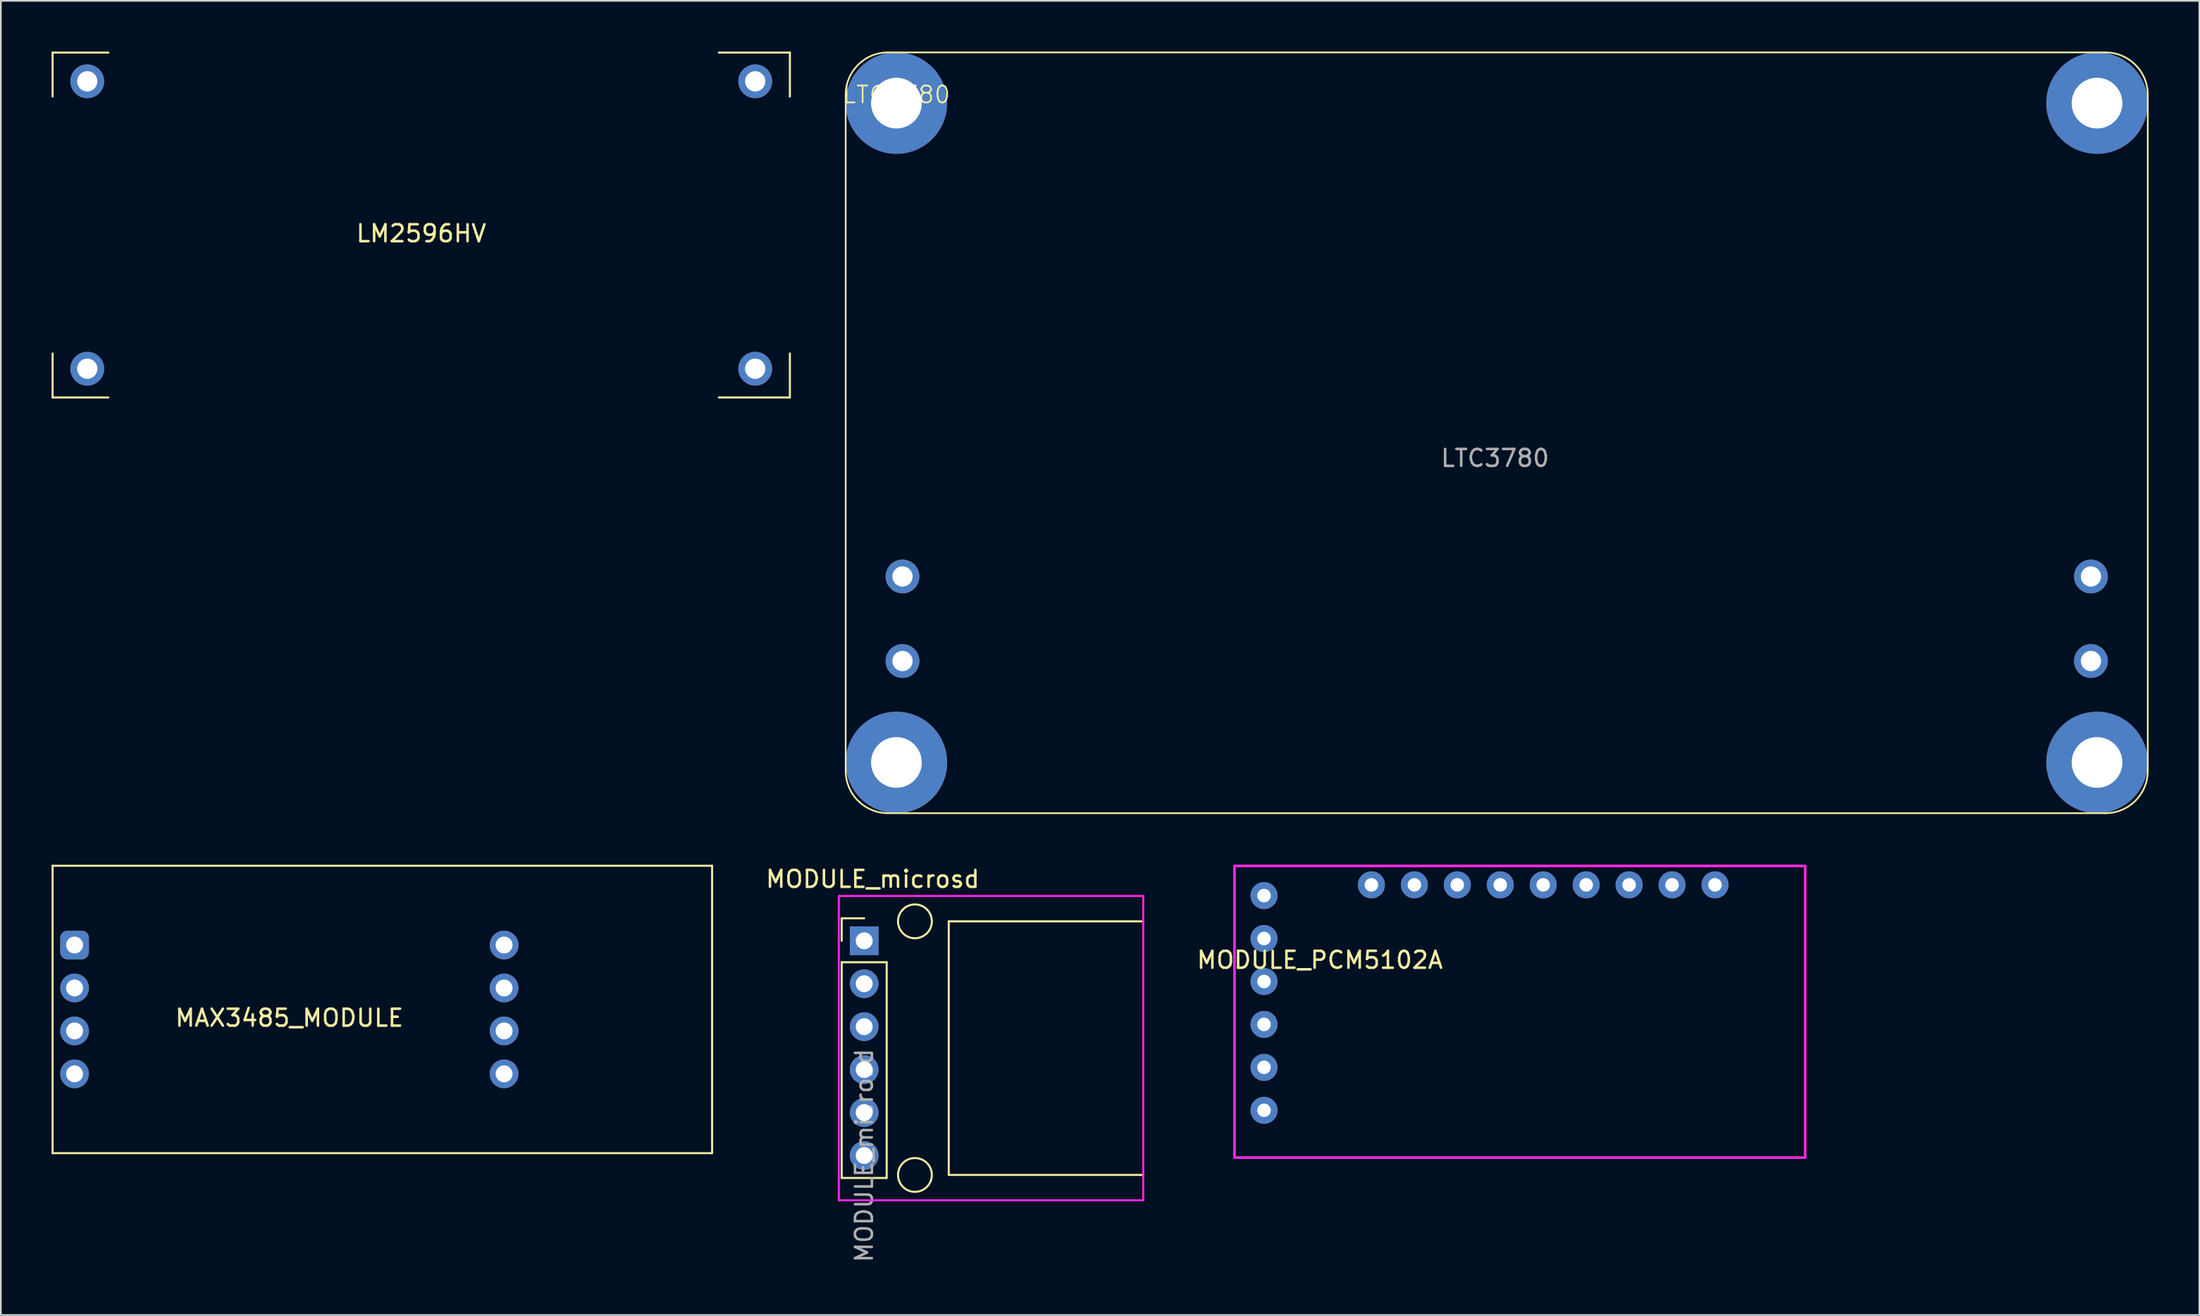
<source format=kicad_pcb>
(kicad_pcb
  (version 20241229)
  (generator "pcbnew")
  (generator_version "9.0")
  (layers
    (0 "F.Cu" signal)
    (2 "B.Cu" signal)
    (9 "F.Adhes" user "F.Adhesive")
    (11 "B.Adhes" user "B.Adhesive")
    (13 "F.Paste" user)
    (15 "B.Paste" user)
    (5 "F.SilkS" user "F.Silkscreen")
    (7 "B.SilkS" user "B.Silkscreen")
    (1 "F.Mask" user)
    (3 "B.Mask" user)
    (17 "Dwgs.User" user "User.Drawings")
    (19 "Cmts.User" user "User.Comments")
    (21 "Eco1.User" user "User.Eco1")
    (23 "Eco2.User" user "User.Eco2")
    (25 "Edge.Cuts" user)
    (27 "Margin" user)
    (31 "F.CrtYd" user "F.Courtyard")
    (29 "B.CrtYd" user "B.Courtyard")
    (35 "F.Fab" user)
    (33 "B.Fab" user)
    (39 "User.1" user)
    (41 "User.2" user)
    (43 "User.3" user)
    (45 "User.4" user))
  (footprint "MODULE_PCM5102A"
    (layer "F.Cu")
    (at 71.699 49.925)
    (property "Reference" "MODULE_PCM5102A" (at 3.302 3.81 0) (layer "F.SilkS") (effects (font (size 1 1) (thickness 0.15))))
    (attr through_hole)
    (fp_rect (start -1.75 -1.75) (end 32 15.5) (stroke (width 0.12) (type solid)) (fill no) (layer "F.SilkS"))
    (fp_line (start -1.75 -1.75) (end 32 -1.75) (stroke (width 0.15) (type solid)) (layer "F.CrtYd"))
    (fp_line (start -1.75 15.5) (end -1.75 -1.75) (stroke (width 0.15) (type solid)) (layer "F.CrtYd"))
    (fp_line (start 32 -1.75) (end 32 15.5) (stroke (width 0.15) (type solid)) (layer "F.CrtYd"))
    (fp_line (start 32 15.5) (end -1.75 15.5) (stroke (width 0.15) (type solid)) (layer "F.CrtYd"))
    (pad "1" thru_hole circle (at 26.67 -0.635) (size 1.6 1.6) (drill 0.8) (layers "*.Cu" "*.Mask"))
    (pad "2" thru_hole circle (at 24.13 -0.635) (size 1.6 1.6) (drill 0.8) (layers "*.Cu" "*.Mask"))
    (pad "3" thru_hole circle (at 21.59 -0.635) (size 1.6 1.6) (drill 0.8) (layers "*.Cu" "*.Mask"))
    (pad "4" thru_hole circle (at 19.05 -0.635) (size 1.6 1.6) (drill 0.8) (layers "*.Cu" "*.Mask"))
    (pad "5" thru_hole circle (at 16.51 -0.635) (size 1.6 1.6) (drill 0.8) (layers "*.Cu" "*.Mask"))
    (pad "6" thru_hole circle (at 13.97 -0.635) (size 1.6 1.6) (drill 0.8) (layers "*.Cu" "*.Mask"))
    (pad "7" thru_hole circle (at 11.43 -0.635) (size 1.6 1.6) (drill 0.8) (layers "*.Cu" "*.Mask"))
    (pad "8" thru_hole circle (at 8.89 -0.635) (size 1.6 1.6) (drill 0.8) (layers "*.Cu" "*.Mask"))
    (pad "9" thru_hole circle (at 6.35 -0.635) (size 1.6 1.6) (drill 0.8) (layers "*.Cu" "*.Mask"))
    (pad "10" thru_hole circle (at 0 0) (size 1.6 1.6) (drill 0.8) (layers "*.Cu" "*.Mask"))
    (pad "11" thru_hole circle (at 0 2.54) (size 1.6 1.6) (drill 0.8) (layers "*.Cu" "*.Mask"))
    (pad "12" thru_hole circle (at 0 5.08) (size 1.6 1.6) (drill 0.8) (layers "*.Cu" "*.Mask"))
    (pad "13" thru_hole circle (at 0 7.62) (size 1.6 1.6) (drill 0.8) (layers "*.Cu" "*.Mask"))
    (pad "14" thru_hole circle (at 0 10.16) (size 1.6 1.6) (drill 0.8) (layers "*.Cu" "*.Mask"))
    (pad "15" thru_hole circle (at 0 12.7) (size 1.6 1.6) (drill 0.8) (layers "*.Cu" "*.Mask")))
  (footprint "MODULE_microsd"
    (layer "F.Cu")
    (at 48.055 58.948)
    (property "Reference" "MODULE_microsd" (at 0.5 -10 0) (layer "F.SilkS") (effects (font (size 1 1) (thickness 0.15))))
    (attr through_hole)
    (fp_line (start -1.33 -7.68) (end 0 -7.68) (stroke (width 0.12) (type solid)) (layer "F.SilkS"))
    (fp_line (start -1.33 -6.35) (end -1.33 -7.68) (stroke (width 0.12) (type solid)) (layer "F.SilkS"))
    (fp_line (start -1.33 -5.08) (end -1.33 7.68) (stroke (width 0.12) (type solid)) (layer "F.SilkS"))
    (fp_line (start -1.33 -5.08) (end 1.33 -5.08) (stroke (width 0.12) (type solid)) (layer "F.SilkS"))
    (fp_line (start -1.33 7.68) (end 1.33 7.68) (stroke (width 0.12) (type solid)) (layer "F.SilkS"))
    (fp_line (start 1.33 -5.08) (end 1.33 7.68) (stroke (width 0.12) (type solid)) (layer "F.SilkS"))
    (fp_line (start 5 -7.5) (end 5 7.5) (stroke (width 0.12) (type solid)) (layer "F.SilkS"))
    (fp_line (start 5 7.5) (end 16.5 7.5) (stroke (width 0.12) (type solid)) (layer "F.SilkS"))
    (fp_line (start 16.5 -7.5) (end 5 -7.5) (stroke (width 0.12) (type solid)) (layer "F.SilkS"))
    (fp_circle (center 3 -7.5) (end 3 -8.5) (stroke (width 0.12) (type solid)) (fill no) (layer "F.SilkS"))
    (fp_circle (center 3 7.5) (end 3 6.5) (stroke (width 0.12) (type solid)) (fill no) (layer "F.SilkS"))
    (fp_line (start -1.5 -9) (end 16.5 -9) (stroke (width 0.12) (type solid)) (layer "B.Paste"))
    (fp_line (start -1.5 0) (end -1.5 -9) (stroke (width 0.12) (type solid)) (layer "B.Paste"))
    (fp_line (start -1.5 9) (end -1.5 0) (stroke (width 0.12) (type solid)) (layer "B.Paste"))
    (fp_line (start 16.5 -9) (end 16.5 9) (stroke (width 0.12) (type solid)) (layer "B.Paste"))
    (fp_line (start 16.5 9) (end -1.5 9) (stroke (width 0.12) (type solid)) (layer "B.Paste"))
    (fp_line (start -1.5 -9) (end -1.5 9) (stroke (width 0.12) (type solid)) (layer "F.CrtYd"))
    (fp_line (start -1.5 9) (end 16.5 9) (stroke (width 0.12) (type solid)) (layer "F.CrtYd"))
    (fp_line (start 16.5 -9) (end -1.5 -9) (stroke (width 0.12) (type solid)) (layer "F.CrtYd"))
    (fp_line (start 16.5 9) (end 16.5 -9) (stroke (width 0.12) (type solid)) (layer "F.CrtYd"))
    (fp_text user "${REFERENCE}" (at 0 6.35 90) (layer "F.Fab") (effects (font (size 1 1) (thickness 0.15))))
    (pad "1" thru_hole rect (at 0 -6.35) (size 1.7 1.7) (drill 1) (layers "*.Cu" "*.Mask"))
    (pad "2" thru_hole oval (at 0 -3.81) (size 1.7 1.7) (drill 1) (layers "*.Cu" "*.Mask"))
    (pad "3" thru_hole oval (at 0 -1.27) (size 1.7 1.7) (drill 1) (layers "*.Cu" "*.Mask"))
    (pad "4" thru_hole oval (at 0 1.27) (size 1.7 1.7) (drill 1) (layers "*.Cu" "*.Mask"))
    (pad "5" thru_hole oval (at 0 3.81) (size 1.7 1.7) (drill 1) (layers "*.Cu" "*.Mask"))
    (pad "6" thru_hole oval (at 0 6.35) (size 1.7 1.7) (drill 1) (layers "*.Cu" "*.Mask")))
  (footprint "LM2596HV"
    (layer "F.Cu")
    (at 21.86 10.26)
    (property "Reference" "LM2596HV" (at 0 0.5 0) (layer "F.SilkS") (effects (font (size 1 1) (thickness 0.15))))
    (attr through_hole)
    (fp_line (start -21.8 -10.2) (end -18.5 -10.2) (stroke (width 0.12) (type solid)) (layer "F.SilkS"))
    (fp_line (start -21.8 -7.6) (end -21.8 -10.2) (stroke (width 0.12) (type solid)) (layer "F.SilkS"))
    (fp_line (start -21.8 7.6) (end -21.8 10.2) (stroke (width 0.12) (type solid)) (layer "F.SilkS"))
    (fp_line (start -21.8 10.2) (end -18.5 10.2) (stroke (width 0.12) (type solid)) (layer "F.SilkS"))
    (fp_line (start 21.8 -10.2) (end 17.6 -10.2) (stroke (width 0.12) (type solid)) (layer "F.SilkS"))
    (fp_line (start 21.8 -7.6) (end 21.8 -10.2) (stroke (width 0.12) (type solid)) (layer "F.SilkS"))
    (fp_line (start 21.8 7.6) (end 21.8 10.2) (stroke (width 0.12) (type solid)) (layer "F.SilkS"))
    (fp_line (start 21.8 10.2) (end 17.6 10.2) (stroke (width 0.12) (type solid)) (layer "F.SilkS"))
    (pad "1" thru_hole circle (at -19.75 -8.5) (size 2 2) (drill 1.2) (layers "*.Cu" "*.Mask"))
    (pad "2" thru_hole circle (at -19.75 8.5) (size 2 2) (drill 1.2) (layers "*.Cu" "*.Mask"))
    (pad "3" thru_hole circle (at 19.75 8.5) (size 2 2) (drill 1.2) (layers "*.Cu" "*.Mask"))
    (pad "4" thru_hole circle (at 19.75 -8.5) (size 2 2) (drill 1.2) (layers "*.Cu" "*.Mask")))
  (footprint "LTC3780"
    (layer "F.Cu")
    (at 85.36 22.55)
    (property "Reference" "LTC3780" (at -35.4 -20 0) (unlocked yes) (layer "F.SilkS") (effects (font (size 1 1) (thickness 0.1))))
    (attr smd)
    (fp_line (start -38.4 -20) (end -38.4 20) (stroke (width 0.1) (type solid)) (layer "F.SilkS"))
    (fp_line (start -35.9 22.5) (end 36.1 22.5) (stroke (width 0.1) (type solid)) (layer "F.SilkS"))
    (fp_line (start 36.1 -22.5) (end -35.9 -22.5) (stroke (width 0.1) (type solid)) (layer "F.SilkS"))
    (fp_line (start 38.6 20) (end 38.6 -20) (stroke (width 0.1) (type solid)) (layer "F.SilkS"))
    (fp_arc (start -38.4 -20) (mid -37.667767 -21.767767) (end -35.9 -22.5) (stroke (width 0.1) (type solid)) (layer "F.SilkS"))
    (fp_arc (start -35.9 22.5) (mid -37.667767 21.767767) (end -38.4 20) (stroke (width 0.1) (type solid)) (layer "F.SilkS"))
    (fp_arc (start 36.1 -22.5) (mid 37.867767 -21.767767) (end 38.6 -20) (stroke (width 0.1) (type solid)) (layer "F.SilkS"))
    (fp_arc (start 38.6 20) (mid 37.867767 21.767767) (end 36.1 22.5) (stroke (width 0.1) (type solid)) (layer "F.SilkS"))
    (fp_text user "${REFERENCE}" (at 0 1.5 0) (unlocked yes) (layer "F.Fab") (effects (font (size 1 1) (thickness 0.15))))
    (pad "" np_thru_hole circle (at -35.4 -19.5) (size 6 6) (drill 3) (layers "*.Cu" "*.Mask"))
    (pad "" np_thru_hole circle (at -35.4 19.5) (size 6 6) (drill 3) (layers "*.Cu" "*.Mask"))
    (pad "" np_thru_hole circle (at 35.6 -19.5) (size 6 6) (drill 3) (layers "*.Cu" "*.Mask"))
    (pad "" np_thru_hole circle (at 35.6 19.5) (size 6 6) (drill 3) (layers "*.Cu" "*.Mask"))
    (pad "1" thru_hole circle (at -35.04 8.5) (size 2 2) (drill 1.2) (layers "*.Cu" "*.Mask"))
    (pad "2" thru_hole circle (at -35.04 13.5) (size 2 2) (drill 1.2) (layers "*.Cu" "*.Mask"))
    (pad "3" thru_hole circle (at 35.24 13.5) (size 2 2) (drill 1.2) (layers "*.Cu" "*.Mask"))
    (pad "4" thru_hole circle (at 35.24 8.5) (size 2 2) (drill 1.2) (layers "*.Cu" "*.Mask")))
  (footprint "MAX3485_MODULE"
    (layer "F.Cu")
    (at 14.06 56.66)
    (property "Reference" "MAX3485_MODULE" (at 0 0.5 0) (layer "F.SilkS") (effects (font (size 1 1) (thickness 0.15))))
    (attr through_hole)
    (fp_line (start -14 -8.5) (end 25 -8.5) (stroke (width 0.12) (type solid)) (layer "F.SilkS"))
    (fp_line (start -14 0) (end -14 -8.5) (stroke (width 0.12) (type solid)) (layer "F.SilkS"))
    (fp_line (start -14 8.5) (end -14 0) (stroke (width 0.12) (type solid)) (layer "F.SilkS"))
    (fp_line (start 25 -8.5) (end 25 8.5) (stroke (width 0.12) (type solid)) (layer "F.SilkS"))
    (fp_line (start 25 8.5) (end -14 8.5) (stroke (width 0.12) (type solid)) (layer "F.SilkS"))
    (pad "1" thru_hole roundrect (at -12.7 -3.81) (size 1.7 1.7) (drill 1) (layers "*.Cu" "*.Mask") (roundrect_rratio 0.25))
    (pad "2" thru_hole circle (at -12.7 -1.27) (size 1.7 1.7) (drill 1) (layers "*.Cu" "*.Mask"))
    (pad "3" thru_hole circle (at -12.7 1.27) (size 1.7 1.7) (drill 1) (layers "*.Cu" "*.Mask"))
    (pad "4" thru_hole circle (at -12.7 3.81) (size 1.7 1.7) (drill 1) (layers "*.Cu" "*.Mask"))
    (pad "5" thru_hole circle (at 12.7 3.81) (size 1.7 1.7) (drill 1) (layers "*.Cu" "*.Mask"))
    (pad "6" thru_hole circle (at 12.7 1.27) (size 1.7 1.7) (drill 1) (layers "*.Cu" "*.Mask"))
    (pad "7" thru_hole circle (at 12.7 -1.27) (size 1.7 1.7) (drill 1) (layers "*.Cu" "*.Mask"))
    (pad "8" thru_hole circle (at 12.7 -3.81) (size 1.7 1.7) (drill 1) (layers "*.Cu" "*.Mask")))
  (gr_rect
    (start -3 -3)
    (end 127.01 74.733)
    (stroke (width 0.1) (type default))
    (fill no)
    (layer "Edge.Cuts")))
</source>
